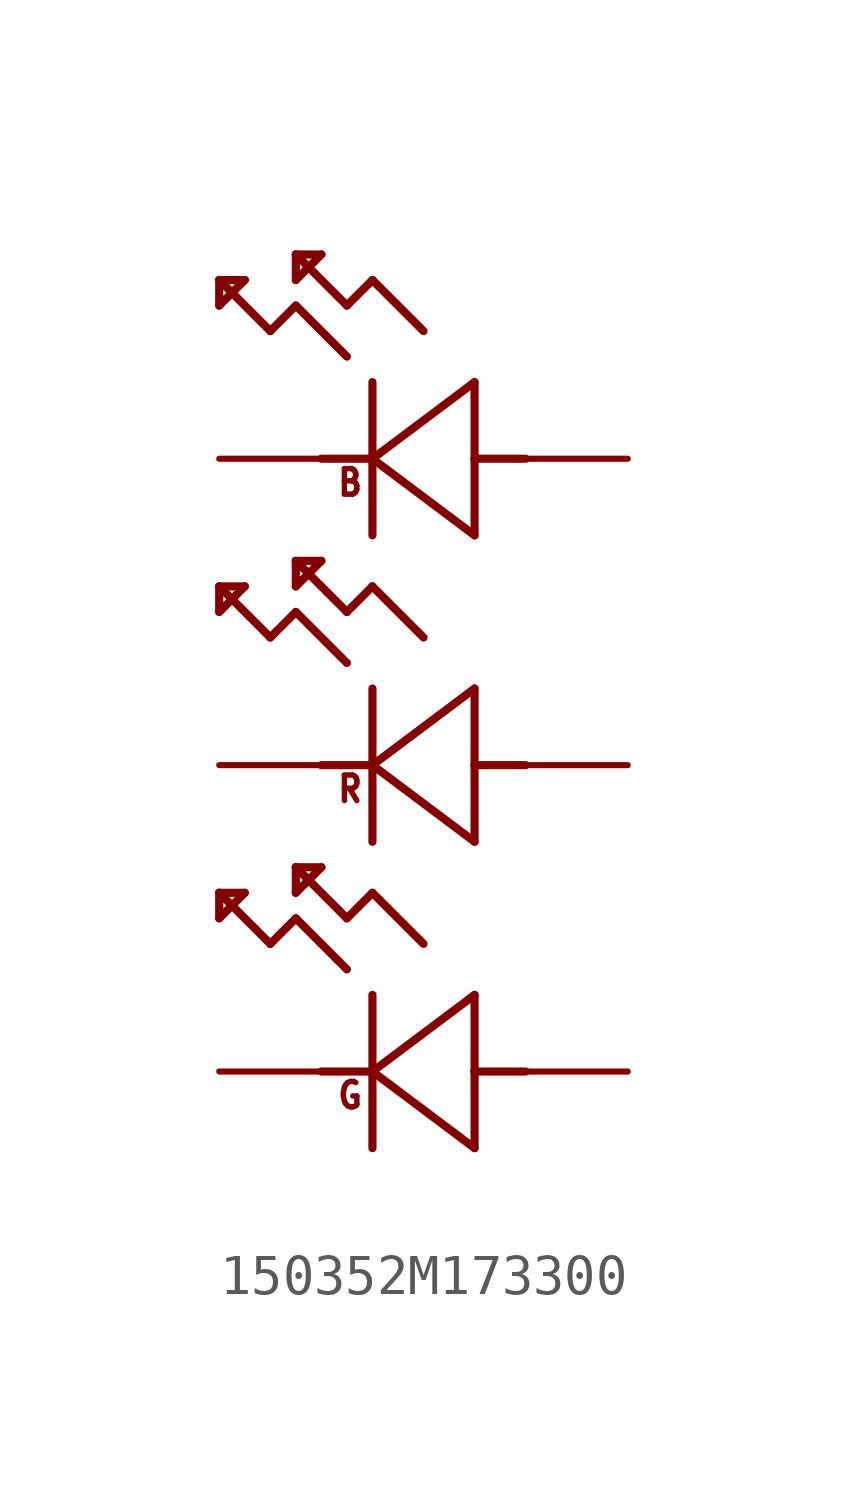
<source format=kicad_sym>
(kicad_symbol_lib
  (version 20220914)
  (generator kicad_symbol_editor)
  (symbol "150352M173300"
    (property "Reference" "LED"
      (at -2.819 9.042 0)
      (effects (font (size 3.48 2.958)) (justify left bottom) hide))
    (property "ki_locked" ""
      (at 0 0 0)
      (effects (font (size 1.27 1.27))))
    (symbol "150352M173300_1_0"
      (polyline (pts (xy 0 -11.43) (xy 0 -10.795)) (stroke (width 0.203) (type solid)) (fill (type none)))
      (polyline (pts (xy 0 -10.795) (xy 0.635 -10.795)) (stroke (width 0.203) (type solid)) (fill (type none)))
      (polyline (pts (xy 0 -3.81) (xy 0 -3.175)) (stroke (width 0.203) (type solid)) (fill (type none)))
      (polyline (pts (xy 0 -3.175) (xy 0.635 -3.175)) (stroke (width 0.203) (type solid)) (fill (type none)))
      (polyline (pts (xy 0 3.81) (xy 0 4.445)) (stroke (width 0.203) (type solid)) (fill (type none)))
      (polyline (pts (xy 0 4.445) (xy 0.635 4.445)) (stroke (width 0.203) (type solid)) (fill (type none)))
      (polyline (pts (xy 0.635 -10.795) (xy 0 -11.43)) (stroke (width 0.203) (type solid)) (fill (type none)))
      (polyline (pts (xy 0.635 -3.175) (xy 0 -3.81)) (stroke (width 0.203) (type solid)) (fill (type none)))
      (polyline (pts (xy 0.635 4.445) (xy 0 3.81)) (stroke (width 0.203) (type solid)) (fill (type none)))
      (polyline (pts (xy 1.27 -12.065) (xy 0 -10.795)) (stroke (width 0.203) (type solid)) (fill (type none)))
      (polyline (pts (xy 1.27 -4.445) (xy 0 -3.175)) (stroke (width 0.203) (type solid)) (fill (type none)))
      (polyline (pts (xy 1.27 3.175) (xy 0 4.445)) (stroke (width 0.203) (type solid)) (fill (type none)))
      (polyline (pts (xy 1.905 -11.43) (xy 1.27 -12.065)) (stroke (width 0.203) (type solid)) (fill (type none)))
      (polyline (pts (xy 1.905 -10.795) (xy 1.905 -10.16)) (stroke (width 0.203) (type solid)) (fill (type none)))
      (polyline (pts (xy 1.905 -10.16) (xy 2.54 -10.16)) (stroke (width 0.203) (type solid)) (fill (type none)))
      (polyline (pts (xy 1.905 -3.81) (xy 1.27 -4.445)) (stroke (width 0.203) (type solid)) (fill (type none)))
      (polyline (pts (xy 1.905 -3.175) (xy 1.905 -2.54)) (stroke (width 0.203) (type solid)) (fill (type none)))
      (polyline (pts (xy 1.905 -2.54) (xy 2.54 -2.54)) (stroke (width 0.203) (type solid)) (fill (type none)))
      (polyline (pts (xy 1.905 3.81) (xy 1.27 3.175)) (stroke (width 0.203) (type solid)) (fill (type none)))
      (polyline (pts (xy 1.905 4.445) (xy 1.905 5.08)) (stroke (width 0.203) (type solid)) (fill (type none)))
      (polyline (pts (xy 1.905 5.08) (xy 2.54 5.08)) (stroke (width 0.203) (type solid)) (fill (type none)))
      (polyline (pts (xy 2.54 -10.16) (xy 1.905 -10.795)) (stroke (width 0.203) (type solid)) (fill (type none)))
      (polyline (pts (xy 2.54 -2.54) (xy 1.905 -3.175)) (stroke (width 0.203) (type solid)) (fill (type none)))
      (polyline (pts (xy 2.54 5.08) (xy 1.905 4.445)) (stroke (width 0.203) (type solid)) (fill (type none)))
      (polyline (pts (xy 3.175 -12.7) (xy 1.905 -11.43)) (stroke (width 0.203) (type solid)) (fill (type none)))
      (polyline (pts (xy 3.175 -11.43) (xy 1.905 -10.16)) (stroke (width 0.203) (type solid)) (fill (type none)))
      (polyline (pts (xy 3.175 -5.08) (xy 1.905 -3.81)) (stroke (width 0.203) (type solid)) (fill (type none)))
      (polyline (pts (xy 3.175 -3.81) (xy 1.905 -2.54)) (stroke (width 0.203) (type solid)) (fill (type none)))
      (polyline (pts (xy 3.175 2.54) (xy 1.905 3.81)) (stroke (width 0.203) (type solid)) (fill (type none)))
      (polyline (pts (xy 3.175 3.81) (xy 1.905 5.08)) (stroke (width 0.203) (type solid)) (fill (type none)))
      (polyline (pts (xy 3.81 -17.145) (xy 3.81 -15.24)) (stroke (width 0.203) (type solid)) (fill (type none)))
      (polyline (pts (xy 3.81 -15.24) (xy 2.54 -15.24)) (stroke (width 0.203) (type solid)) (fill (type none)))
      (polyline (pts (xy 3.81 -15.24) (xy 3.81 -13.335)) (stroke (width 0.203) (type solid)) (fill (type none)))
      (polyline (pts (xy 3.81 -15.24) (xy 6.35 -13.335)) (stroke (width 0.203) (type solid)) (fill (type none)))
      (polyline (pts (xy 3.81 -10.795) (xy 3.175 -11.43)) (stroke (width 0.203) (type solid)) (fill (type none)))
      (polyline (pts (xy 3.81 -9.525) (xy 3.81 -7.62)) (stroke (width 0.203) (type solid)) (fill (type none)))
      (polyline (pts (xy 3.81 -7.62) (xy 2.54 -7.62)) (stroke (width 0.203) (type solid)) (fill (type none)))
      (polyline (pts (xy 3.81 -7.62) (xy 3.81 -5.715)) (stroke (width 0.203) (type solid)) (fill (type none)))
      (polyline (pts (xy 3.81 -7.62) (xy 6.35 -5.715)) (stroke (width 0.203) (type solid)) (fill (type none)))
      (polyline (pts (xy 3.81 -3.175) (xy 3.175 -3.81)) (stroke (width 0.203) (type solid)) (fill (type none)))
      (polyline (pts (xy 3.81 -1.905) (xy 3.81 0)) (stroke (width 0.203) (type solid)) (fill (type none)))
      (polyline (pts (xy 3.81 0) (xy 2.54 0)) (stroke (width 0.203) (type solid)) (fill (type none)))
      (polyline (pts (xy 3.81 0) (xy 3.81 1.905)) (stroke (width 0.203) (type solid)) (fill (type none)))
      (polyline (pts (xy 3.81 0) (xy 6.35 1.905)) (stroke (width 0.203) (type solid)) (fill (type none)))
      (polyline (pts (xy 3.81 4.445) (xy 3.175 3.81)) (stroke (width 0.203) (type solid)) (fill (type none)))
      (polyline (pts (xy 5.08 -12.065) (xy 3.81 -10.795)) (stroke (width 0.203) (type solid)) (fill (type none)))
      (polyline (pts (xy 5.08 -4.445) (xy 3.81 -3.175)) (stroke (width 0.203) (type solid)) (fill (type none)))
      (polyline (pts (xy 5.08 3.175) (xy 3.81 4.445)) (stroke (width 0.203) (type solid)) (fill (type none)))
      (polyline (pts (xy 6.35 -17.145) (xy 3.81 -15.24)) (stroke (width 0.203) (type solid)) (fill (type none)))
      (polyline (pts (xy 6.35 -15.24) (xy 6.35 -17.145)) (stroke (width 0.203) (type solid)) (fill (type none)))
      (polyline (pts (xy 6.35 -13.335) (xy 6.35 -15.24)) (stroke (width 0.203) (type solid)) (fill (type none)))
      (polyline (pts (xy 6.35 -9.525) (xy 3.81 -7.62)) (stroke (width 0.203) (type solid)) (fill (type none)))
      (polyline (pts (xy 6.35 -7.62) (xy 6.35 -9.525)) (stroke (width 0.203) (type solid)) (fill (type none)))
      (polyline (pts (xy 6.35 -5.715) (xy 6.35 -7.62)) (stroke (width 0.203) (type solid)) (fill (type none)))
      (polyline (pts (xy 6.35 -1.905) (xy 3.81 0)) (stroke (width 0.203) (type solid)) (fill (type none)))
      (polyline (pts (xy 6.35 0) (xy 6.35 -1.905)) (stroke (width 0.203) (type solid)) (fill (type none)))
      (polyline (pts (xy 6.35 1.905) (xy 6.35 0)) (stroke (width 0.203) (type solid)) (fill (type none)))
      (polyline (pts (xy 7.62 -15.24) (xy 6.35 -15.24)) (stroke (width 0.203) (type solid)) (fill (type none)))
      (polyline (pts (xy 7.62 -7.62) (xy 6.35 -7.62)) (stroke (width 0.203) (type solid)) (fill (type none)))
      (polyline (pts (xy 7.62 0) (xy 6.35 0)) (stroke (width 0.203) (type solid)) (fill (type none)))
      (text "B" (at 2.896 -0.965 0) (effects (font (size 0.635 0.54)) (justify left bottom)))
      (text "G" (at 2.896 -16.205 0) (effects (font (size 0.635 0.54)) (justify left bottom)))
      (text "R" (at 2.896 -8.585 0) (effects (font (size 0.635 0.54)) (justify left bottom)))
      (pin passive line (at 0 0 0) (length 2.54) (name "1" (effects (font (size 0 0)))) (number "1" (effects (font (size 0 0)))))
      (pin passive line (at 10.16 0 180) (length 2.54) (name "2" (effects (font (size 0 0)))) (number "2" (effects (font (size 0 0)))))
      (pin passive line (at 0 -7.62 0) (length 2.54) (name "3" (effects (font (size 0 0)))) (number "3" (effects (font (size 0 0)))))
      (pin passive line (at 10.16 -7.62 180) (length 2.54) (name "4" (effects (font (size 0 0)))) (number "4" (effects (font (size 0 0)))))
      (pin passive line (at 0 -15.24 0) (length 2.54) (name "5" (effects (font (size 0 0)))) (number "5" (effects (font (size 0 0)))))
      (pin passive line (at 10.16 -15.24 180) (length 2.54) (name "6" (effects (font (size 0 0)))) (number "6" (effects (font (size 0 0))))))))
</source>
